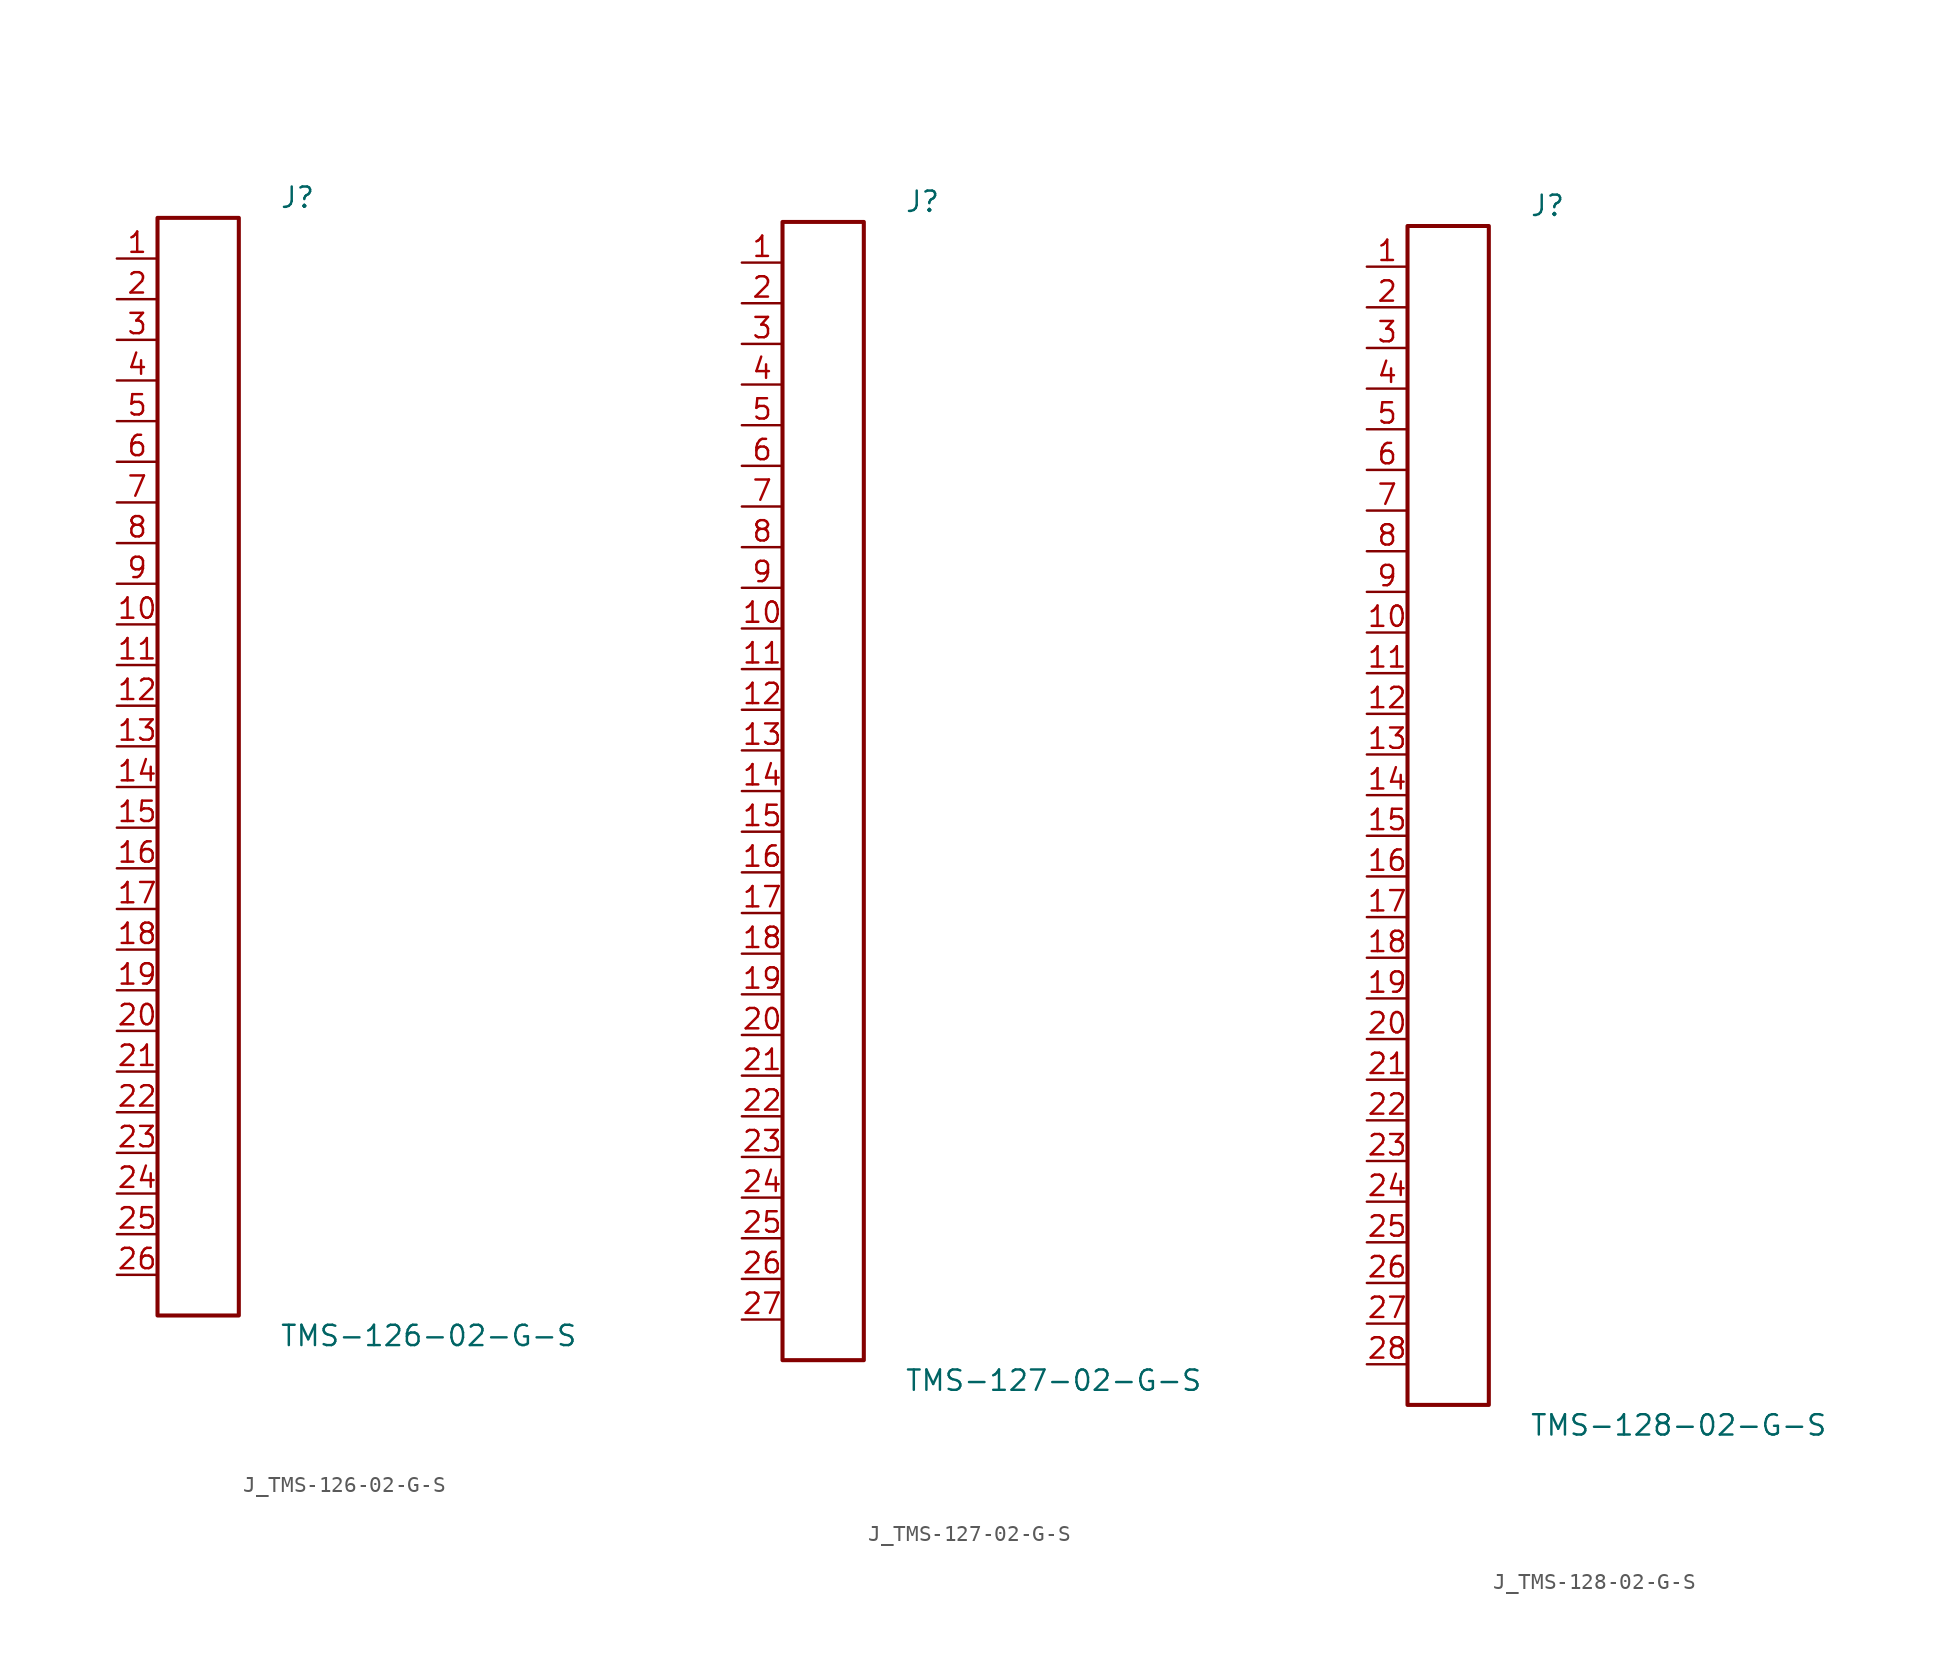
<source format=kicad_sym>
(kicad_symbol_lib
  (version 20231120)
  (generator kicad_symbol_editor)
  (generator_version 8.0)
  (symbol "J_TMS-126-02-G-S"
    (pin_names
      (offset 0.254))
    (property "Reference" "J"
      (at 5.08 35.56 0)
      (effects (font (size 1.27 1.27)) (justify left)))
    (property "Value" "TMS-126-02-G-S"
      (at 5.08 -35.56 0)
      (effects (font (size 1.27 1.27)) (justify left)))
    (symbol "J_TMS-126-02-G-S_0_0"
      (pin passive line (at -5.08 31.75 0) (length 2.54) (name "" (effects (font (size 1.27 1.27)))) (number "1" (effects (font (size 1.27 1.27)))))
      (pin passive line (at -5.08 29.21 0) (length 2.54) (name "" (effects (font (size 1.27 1.27)))) (number "2" (effects (font (size 1.27 1.27)))))
      (pin passive line (at -5.08 26.67 0) (length 2.54) (name "" (effects (font (size 1.27 1.27)))) (number "3" (effects (font (size 1.27 1.27)))))
      (pin passive line (at -5.08 24.13 0) (length 2.54) (name "" (effects (font (size 1.27 1.27)))) (number "4" (effects (font (size 1.27 1.27)))))
      (pin passive line (at -5.08 21.59 0) (length 2.54) (name "" (effects (font (size 1.27 1.27)))) (number "5" (effects (font (size 1.27 1.27)))))
      (pin passive line (at -5.08 19.05 0) (length 2.54) (name "" (effects (font (size 1.27 1.27)))) (number "6" (effects (font (size 1.27 1.27)))))
      (pin passive line (at -5.08 16.51 0) (length 2.54) (name "" (effects (font (size 1.27 1.27)))) (number "7" (effects (font (size 1.27 1.27)))))
      (pin passive line (at -5.08 13.97 0) (length 2.54) (name "" (effects (font (size 1.27 1.27)))) (number "8" (effects (font (size 1.27 1.27)))))
      (pin passive line (at -5.08 11.43 0) (length 2.54) (name "" (effects (font (size 1.27 1.27)))) (number "9" (effects (font (size 1.27 1.27)))))
      (pin passive line (at -5.08 8.89 0) (length 2.54) (name "" (effects (font (size 1.27 1.27)))) (number "10" (effects (font (size 1.27 1.27)))))
      (pin passive line (at -5.08 6.35 0) (length 2.54) (name "" (effects (font (size 1.27 1.27)))) (number "11" (effects (font (size 1.27 1.27)))))
      (pin passive line (at -5.08 3.81 0) (length 2.54) (name "" (effects (font (size 1.27 1.27)))) (number "12" (effects (font (size 1.27 1.27)))))
      (pin passive line (at -5.08 1.27 0) (length 2.54) (name "" (effects (font (size 1.27 1.27)))) (number "13" (effects (font (size 1.27 1.27)))))
      (pin passive line (at -5.08 -1.27 0) (length 2.54) (name "" (effects (font (size 1.27 1.27)))) (number "14" (effects (font (size 1.27 1.27)))))
      (pin passive line (at -5.08 -3.81 0) (length 2.54) (name "" (effects (font (size 1.27 1.27)))) (number "15" (effects (font (size 1.27 1.27)))))
      (pin passive line (at -5.08 -6.35 0) (length 2.54) (name "" (effects (font (size 1.27 1.27)))) (number "16" (effects (font (size 1.27 1.27)))))
      (pin passive line (at -5.08 -8.89 0) (length 2.54) (name "" (effects (font (size 1.27 1.27)))) (number "17" (effects (font (size 1.27 1.27)))))
      (pin passive line (at -5.08 -11.43 0) (length 2.54) (name "" (effects (font (size 1.27 1.27)))) (number "18" (effects (font (size 1.27 1.27)))))
      (pin passive line (at -5.08 -13.97 0) (length 2.54) (name "" (effects (font (size 1.27 1.27)))) (number "19" (effects (font (size 1.27 1.27)))))
      (pin passive line (at -5.08 -16.51 0) (length 2.54) (name "" (effects (font (size 1.27 1.27)))) (number "20" (effects (font (size 1.27 1.27)))))
      (pin passive line (at -5.08 -19.05 0) (length 2.54) (name "" (effects (font (size 1.27 1.27)))) (number "21" (effects (font (size 1.27 1.27)))))
      (pin passive line (at -5.08 -21.59 0) (length 2.54) (name "" (effects (font (size 1.27 1.27)))) (number "22" (effects (font (size 1.27 1.27)))))
      (pin passive line (at -5.08 -24.13 0) (length 2.54) (name "" (effects (font (size 1.27 1.27)))) (number "23" (effects (font (size 1.27 1.27)))))
      (pin passive line (at -5.08 -26.67 0) (length 2.54) (name "" (effects (font (size 1.27 1.27)))) (number "24" (effects (font (size 1.27 1.27)))))
      (pin passive line (at -5.08 -29.21 0) (length 2.54) (name "" (effects (font (size 1.27 1.27)))) (number "25" (effects (font (size 1.27 1.27)))))
      (pin passive line (at -5.08 -31.75 0) (length 2.54) (name "" (effects (font (size 1.27 1.27)))) (number "26" (effects (font (size 1.27 1.27))))))
    (symbol "J_TMS-126-02-G-S_1_0"
      (rectangle (start -2.54 34.29) (end 2.54 -34.29) (stroke (width 0.254) (type solid)) (fill (type none)))))
  (symbol "J_TMS-127-02-G-S"
    (pin_names
      (offset 0.254))
    (property "Reference" "J"
      (at 5.08 36.83 0)
      (effects (font (size 1.27 1.27)) (justify left)))
    (property "Value" "TMS-127-02-G-S"
      (at 5.08 -36.83 0)
      (effects (font (size 1.27 1.27)) (justify left)))
    (symbol "J_TMS-127-02-G-S_0_0"
      (pin passive line (at -5.08 33.02 0) (length 2.54) (name "" (effects (font (size 1.27 1.27)))) (number "1" (effects (font (size 1.27 1.27)))))
      (pin passive line (at -5.08 30.48 0) (length 2.54) (name "" (effects (font (size 1.27 1.27)))) (number "2" (effects (font (size 1.27 1.27)))))
      (pin passive line (at -5.08 27.94 0) (length 2.54) (name "" (effects (font (size 1.27 1.27)))) (number "3" (effects (font (size 1.27 1.27)))))
      (pin passive line (at -5.08 25.4 0) (length 2.54) (name "" (effects (font (size 1.27 1.27)))) (number "4" (effects (font (size 1.27 1.27)))))
      (pin passive line (at -5.08 22.86 0) (length 2.54) (name "" (effects (font (size 1.27 1.27)))) (number "5" (effects (font (size 1.27 1.27)))))
      (pin passive line (at -5.08 20.32 0) (length 2.54) (name "" (effects (font (size 1.27 1.27)))) (number "6" (effects (font (size 1.27 1.27)))))
      (pin passive line (at -5.08 17.78 0) (length 2.54) (name "" (effects (font (size 1.27 1.27)))) (number "7" (effects (font (size 1.27 1.27)))))
      (pin passive line (at -5.08 15.24 0) (length 2.54) (name "" (effects (font (size 1.27 1.27)))) (number "8" (effects (font (size 1.27 1.27)))))
      (pin passive line (at -5.08 12.7 0) (length 2.54) (name "" (effects (font (size 1.27 1.27)))) (number "9" (effects (font (size 1.27 1.27)))))
      (pin passive line (at -5.08 10.16 0) (length 2.54) (name "" (effects (font (size 1.27 1.27)))) (number "10" (effects (font (size 1.27 1.27)))))
      (pin passive line (at -5.08 7.62 0) (length 2.54) (name "" (effects (font (size 1.27 1.27)))) (number "11" (effects (font (size 1.27 1.27)))))
      (pin passive line (at -5.08 5.08 0) (length 2.54) (name "" (effects (font (size 1.27 1.27)))) (number "12" (effects (font (size 1.27 1.27)))))
      (pin passive line (at -5.08 2.54 0) (length 2.54) (name "" (effects (font (size 1.27 1.27)))) (number "13" (effects (font (size 1.27 1.27)))))
      (pin passive line (at -5.08 0.0 0) (length 2.54) (name "" (effects (font (size 1.27 1.27)))) (number "14" (effects (font (size 1.27 1.27)))))
      (pin passive line (at -5.08 -2.54 0) (length 2.54) (name "" (effects (font (size 1.27 1.27)))) (number "15" (effects (font (size 1.27 1.27)))))
      (pin passive line (at -5.08 -5.08 0) (length 2.54) (name "" (effects (font (size 1.27 1.27)))) (number "16" (effects (font (size 1.27 1.27)))))
      (pin passive line (at -5.08 -7.62 0) (length 2.54) (name "" (effects (font (size 1.27 1.27)))) (number "17" (effects (font (size 1.27 1.27)))))
      (pin passive line (at -5.08 -10.16 0) (length 2.54) (name "" (effects (font (size 1.27 1.27)))) (number "18" (effects (font (size 1.27 1.27)))))
      (pin passive line (at -5.08 -12.7 0) (length 2.54) (name "" (effects (font (size 1.27 1.27)))) (number "19" (effects (font (size 1.27 1.27)))))
      (pin passive line (at -5.08 -15.24 0) (length 2.54) (name "" (effects (font (size 1.27 1.27)))) (number "20" (effects (font (size 1.27 1.27)))))
      (pin passive line (at -5.08 -17.78 0) (length 2.54) (name "" (effects (font (size 1.27 1.27)))) (number "21" (effects (font (size 1.27 1.27)))))
      (pin passive line (at -5.08 -20.32 0) (length 2.54) (name "" (effects (font (size 1.27 1.27)))) (number "22" (effects (font (size 1.27 1.27)))))
      (pin passive line (at -5.08 -22.86 0) (length 2.54) (name "" (effects (font (size 1.27 1.27)))) (number "23" (effects (font (size 1.27 1.27)))))
      (pin passive line (at -5.08 -25.4 0) (length 2.54) (name "" (effects (font (size 1.27 1.27)))) (number "24" (effects (font (size 1.27 1.27)))))
      (pin passive line (at -5.08 -27.94 0) (length 2.54) (name "" (effects (font (size 1.27 1.27)))) (number "25" (effects (font (size 1.27 1.27)))))
      (pin passive line (at -5.08 -30.48 0) (length 2.54) (name "" (effects (font (size 1.27 1.27)))) (number "26" (effects (font (size 1.27 1.27)))))
      (pin passive line (at -5.08 -33.02 0) (length 2.54) (name "" (effects (font (size 1.27 1.27)))) (number "27" (effects (font (size 1.27 1.27))))))
    (symbol "J_TMS-127-02-G-S_1_0"
      (rectangle (start -2.54 35.56) (end 2.54 -35.56) (stroke (width 0.254) (type solid)) (fill (type none)))))
  (symbol "J_TMS-128-02-G-S"
    (pin_names
      (offset 0.254))
    (property "Reference" "J"
      (at 5.08 38.1 0)
      (effects (font (size 1.27 1.27)) (justify left)))
    (property "Value" "TMS-128-02-G-S"
      (at 5.08 -38.1 0)
      (effects (font (size 1.27 1.27)) (justify left)))
    (symbol "J_TMS-128-02-G-S_0_0"
      (pin passive line (at -5.08 34.29 0) (length 2.54) (name "" (effects (font (size 1.27 1.27)))) (number "1" (effects (font (size 1.27 1.27)))))
      (pin passive line (at -5.08 31.75 0) (length 2.54) (name "" (effects (font (size 1.27 1.27)))) (number "2" (effects (font (size 1.27 1.27)))))
      (pin passive line (at -5.08 29.21 0) (length 2.54) (name "" (effects (font (size 1.27 1.27)))) (number "3" (effects (font (size 1.27 1.27)))))
      (pin passive line (at -5.08 26.67 0) (length 2.54) (name "" (effects (font (size 1.27 1.27)))) (number "4" (effects (font (size 1.27 1.27)))))
      (pin passive line (at -5.08 24.13 0) (length 2.54) (name "" (effects (font (size 1.27 1.27)))) (number "5" (effects (font (size 1.27 1.27)))))
      (pin passive line (at -5.08 21.59 0) (length 2.54) (name "" (effects (font (size 1.27 1.27)))) (number "6" (effects (font (size 1.27 1.27)))))
      (pin passive line (at -5.08 19.05 0) (length 2.54) (name "" (effects (font (size 1.27 1.27)))) (number "7" (effects (font (size 1.27 1.27)))))
      (pin passive line (at -5.08 16.51 0) (length 2.54) (name "" (effects (font (size 1.27 1.27)))) (number "8" (effects (font (size 1.27 1.27)))))
      (pin passive line (at -5.08 13.97 0) (length 2.54) (name "" (effects (font (size 1.27 1.27)))) (number "9" (effects (font (size 1.27 1.27)))))
      (pin passive line (at -5.08 11.43 0) (length 2.54) (name "" (effects (font (size 1.27 1.27)))) (number "10" (effects (font (size 1.27 1.27)))))
      (pin passive line (at -5.08 8.89 0) (length 2.54) (name "" (effects (font (size 1.27 1.27)))) (number "11" (effects (font (size 1.27 1.27)))))
      (pin passive line (at -5.08 6.35 0) (length 2.54) (name "" (effects (font (size 1.27 1.27)))) (number "12" (effects (font (size 1.27 1.27)))))
      (pin passive line (at -5.08 3.81 0) (length 2.54) (name "" (effects (font (size 1.27 1.27)))) (number "13" (effects (font (size 1.27 1.27)))))
      (pin passive line (at -5.08 1.27 0) (length 2.54) (name "" (effects (font (size 1.27 1.27)))) (number "14" (effects (font (size 1.27 1.27)))))
      (pin passive line (at -5.08 -1.27 0) (length 2.54) (name "" (effects (font (size 1.27 1.27)))) (number "15" (effects (font (size 1.27 1.27)))))
      (pin passive line (at -5.08 -3.81 0) (length 2.54) (name "" (effects (font (size 1.27 1.27)))) (number "16" (effects (font (size 1.27 1.27)))))
      (pin passive line (at -5.08 -6.35 0) (length 2.54) (name "" (effects (font (size 1.27 1.27)))) (number "17" (effects (font (size 1.27 1.27)))))
      (pin passive line (at -5.08 -8.89 0) (length 2.54) (name "" (effects (font (size 1.27 1.27)))) (number "18" (effects (font (size 1.27 1.27)))))
      (pin passive line (at -5.08 -11.43 0) (length 2.54) (name "" (effects (font (size 1.27 1.27)))) (number "19" (effects (font (size 1.27 1.27)))))
      (pin passive line (at -5.08 -13.97 0) (length 2.54) (name "" (effects (font (size 1.27 1.27)))) (number "20" (effects (font (size 1.27 1.27)))))
      (pin passive line (at -5.08 -16.51 0) (length 2.54) (name "" (effects (font (size 1.27 1.27)))) (number "21" (effects (font (size 1.27 1.27)))))
      (pin passive line (at -5.08 -19.05 0) (length 2.54) (name "" (effects (font (size 1.27 1.27)))) (number "22" (effects (font (size 1.27 1.27)))))
      (pin passive line (at -5.08 -21.59 0) (length 2.54) (name "" (effects (font (size 1.27 1.27)))) (number "23" (effects (font (size 1.27 1.27)))))
      (pin passive line (at -5.08 -24.13 0) (length 2.54) (name "" (effects (font (size 1.27 1.27)))) (number "24" (effects (font (size 1.27 1.27)))))
      (pin passive line (at -5.08 -26.67 0) (length 2.54) (name "" (effects (font (size 1.27 1.27)))) (number "25" (effects (font (size 1.27 1.27)))))
      (pin passive line (at -5.08 -29.21 0) (length 2.54) (name "" (effects (font (size 1.27 1.27)))) (number "26" (effects (font (size 1.27 1.27)))))
      (pin passive line (at -5.08 -31.75 0) (length 2.54) (name "" (effects (font (size 1.27 1.27)))) (number "27" (effects (font (size 1.27 1.27)))))
      (pin passive line (at -5.08 -34.29 0) (length 2.54) (name "" (effects (font (size 1.27 1.27)))) (number "28" (effects (font (size 1.27 1.27))))))
    (symbol "J_TMS-128-02-G-S_1_0"
      (rectangle (start -2.54 36.83) (end 2.54 -36.83) (stroke (width 0.254) (type solid)) (fill (type none))))))
</source>
